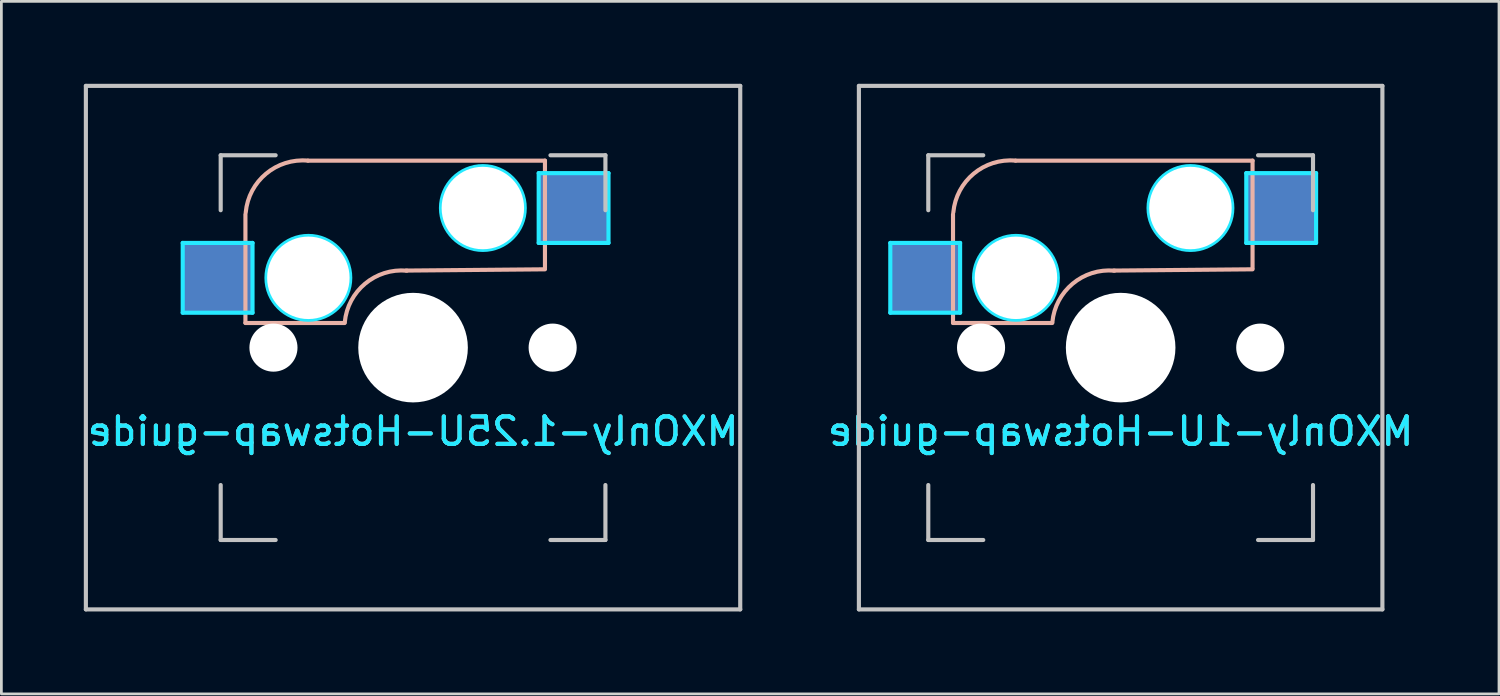
<source format=kicad_pcb>
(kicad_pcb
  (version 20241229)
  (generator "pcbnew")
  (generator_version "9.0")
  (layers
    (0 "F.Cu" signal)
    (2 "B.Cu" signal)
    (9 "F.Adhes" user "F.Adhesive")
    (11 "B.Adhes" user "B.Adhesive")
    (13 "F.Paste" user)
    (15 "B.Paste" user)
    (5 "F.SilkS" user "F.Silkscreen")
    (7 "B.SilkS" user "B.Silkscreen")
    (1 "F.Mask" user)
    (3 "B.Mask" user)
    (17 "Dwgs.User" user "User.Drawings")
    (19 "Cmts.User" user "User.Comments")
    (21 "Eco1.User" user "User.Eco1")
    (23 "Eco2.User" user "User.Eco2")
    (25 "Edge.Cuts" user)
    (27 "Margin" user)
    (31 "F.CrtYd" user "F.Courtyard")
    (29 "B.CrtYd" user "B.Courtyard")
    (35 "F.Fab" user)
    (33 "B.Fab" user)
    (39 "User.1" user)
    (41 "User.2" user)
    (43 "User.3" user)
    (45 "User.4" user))
  (footprint "MXOnly-1.25U-Hotswap-guide"
    (layer "F.Cu")
    (at 11.981 9.6)
    (property "Reference" "MXOnly-1.25U-Hotswap-guide" (at 0 3.048 0) (layer "B.CrtYd") (effects (font (size 1 1) (thickness 0.15)) (justify mirror)))
    (attr smd)
    (fp_line (start -6.1 -4.85) (end -6.1 -0.905) (stroke (width 0.15) (type solid)) (layer "B.SilkS"))
    (fp_line (start -6.1 -0.896) (end -2.49 -0.896) (stroke (width 0.15) (type solid)) (layer "B.SilkS"))
    (fp_line (start 4.8 -6.804) (end -3.825 -6.804) (stroke (width 0.15) (type solid)) (layer "B.SilkS"))
    (fp_line (start 4.8 -2.896) (end 4.8 -6.804) (stroke (width 0.15) (type solid)) (layer "B.SilkS"))
    (fp_line (start 4.8 -2.85) (end -0.25 -2.804) (stroke (width 0.15) (type solid)) (layer "B.SilkS"))
    (fp_arc (start -6.089 -4.92) (mid -5.347189 -6.33089) (end -3.825 -6.804) (stroke (width 0.15) (type solid)) (layer "B.SilkS"))
    (fp_arc (start -2.485 -0.92) (mid -1.744361 -2.328061) (end -0.225 -2.8) (stroke (width 0.15) (type solid)) (layer "B.SilkS"))
    (fp_line (start -11.906 -9.525) (end 11.906 -9.525) (stroke (width 0.15) (type solid)) (layer "Dwgs.User"))
    (fp_line (start -11.906 9.525) (end -11.906 -9.525) (stroke (width 0.15) (type solid)) (layer "Dwgs.User"))
    (fp_line (start -7 -7) (end -7 -5) (stroke (width 0.15) (type solid)) (layer "Dwgs.User"))
    (fp_line (start -7 5) (end -7 7) (stroke (width 0.15) (type solid)) (layer "Dwgs.User"))
    (fp_line (start -7 7) (end -5 7) (stroke (width 0.15) (type solid)) (layer "Dwgs.User"))
    (fp_line (start -5 -7) (end -7 -7) (stroke (width 0.15) (type solid)) (layer "Dwgs.User"))
    (fp_line (start 5 -7) (end 7 -7) (stroke (width 0.15) (type solid)) (layer "Dwgs.User"))
    (fp_line (start 5 7) (end 7 7) (stroke (width 0.15) (type solid)) (layer "Dwgs.User"))
    (fp_line (start 7 -7) (end 7 -5) (stroke (width 0.15) (type solid)) (layer "Dwgs.User"))
    (fp_line (start 7 7) (end 7 5) (stroke (width 0.15) (type solid)) (layer "Dwgs.User"))
    (fp_line (start 11.906 -9.525) (end 11.906 9.525) (stroke (width 0.15) (type solid)) (layer "Dwgs.User"))
    (fp_line (start 11.906 9.525) (end -11.906 9.525) (stroke (width 0.15) (type solid)) (layer "Dwgs.User"))
    (fp_line (start -8.382 -3.81) (end -5.842 -3.81) (stroke (width 0.15) (type solid)) (layer "B.CrtYd"))
    (fp_line (start -8.382 -1.27) (end -8.382 -3.81) (stroke (width 0.15) (type solid)) (layer "B.CrtYd"))
    (fp_line (start -5.842 -3.81) (end -5.842 -1.27) (stroke (width 0.15) (type solid)) (layer "B.CrtYd"))
    (fp_line (start -5.842 -1.27) (end -8.382 -1.27) (stroke (width 0.15) (type solid)) (layer "B.CrtYd"))
    (fp_line (start 4.572 -6.35) (end 7.112 -6.35) (stroke (width 0.15) (type solid)) (layer "B.CrtYd"))
    (fp_line (start 4.572 -3.81) (end 4.572 -6.35) (stroke (width 0.15) (type solid)) (layer "B.CrtYd"))
    (fp_line (start 7.112 -6.35) (end 7.112 -3.81) (stroke (width 0.15) (type solid)) (layer "B.CrtYd"))
    (fp_line (start 7.112 -3.81) (end 4.572 -3.81) (stroke (width 0.15) (type solid)) (layer "B.CrtYd"))
    (fp_circle (center -3.81 -2.54) (end -3.81 -4.064) (stroke (width 0.15) (type solid)) (fill no) (layer "B.CrtYd"))
    (fp_circle (center 2.54 -5.08) (end 2.54 -6.604) (stroke (width 0.15) (type solid)) (fill no) (layer "B.CrtYd"))
    (fp_text user "${REFERENCE}" (at 0 3.048 0) (layer "B.SilkS") (effects (font (size 1 1) (thickness 0.15)) (justify mirror)))
    (pad "" np_thru_hole circle (at -5.08 0 48.1) (size 1.75 1.75) (drill 1.75) (layers "*.Cu" "*.Mask"))
    (pad "" np_thru_hole circle (at -3.81 -2.54) (size 3 3) (drill 3) (layers "*.Cu" "*.Mask"))
    (pad "" np_thru_hole circle (at 0 0) (size 3.988 3.988) (drill 3.988) (layers "*.Cu" "*.Mask"))
    (pad "" np_thru_hole circle (at 2.54 -5.08) (size 3 3) (drill 3) (layers "*.Cu" "*.Mask"))
    (pad "" np_thru_hole circle (at 5.08 0 48.1) (size 1.75 1.75) (drill 1.75) (layers "*.Cu" "*.Mask"))
    (pad "1" smd rect (at -7.085 -2.54) (size 2.55 2.5) (layers "B.Cu" "B.Mask" "B.Paste"))
    (pad "2" smd rect (at 5.842 -5.08) (size 2.55 2.5) (layers "B.Cu" "B.Mask" "B.Paste")))
  (footprint "MXOnly-1U-Hotswap-guide"
    (layer "F.Cu")
    (at 37.73 9.6)
    (property "Reference" "MXOnly-1U-Hotswap-guide" (at 0 3.048 0) (layer "B.CrtYd") (effects (font (size 1 1) (thickness 0.15)) (justify mirror)))
    (attr smd)
    (fp_line (start -6.1 -4.85) (end -6.1 -0.905) (stroke (width 0.15) (type solid)) (layer "B.SilkS"))
    (fp_line (start -6.1 -0.896) (end -2.49 -0.896) (stroke (width 0.15) (type solid)) (layer "B.SilkS"))
    (fp_line (start 4.8 -6.804) (end -3.825 -6.804) (stroke (width 0.15) (type solid)) (layer "B.SilkS"))
    (fp_line (start 4.8 -2.896) (end 4.8 -6.804) (stroke (width 0.15) (type solid)) (layer "B.SilkS"))
    (fp_line (start 4.8 -2.85) (end -0.25 -2.804) (stroke (width 0.15) (type solid)) (layer "B.SilkS"))
    (fp_arc (start -6.089 -4.92) (mid -5.347189 -6.33089) (end -3.825 -6.804) (stroke (width 0.15) (type solid)) (layer "B.SilkS"))
    (fp_arc (start -2.485 -0.92) (mid -1.744361 -2.328061) (end -0.225 -2.8) (stroke (width 0.15) (type solid)) (layer "B.SilkS"))
    (fp_line (start -9.525 -9.525) (end 9.525 -9.525) (stroke (width 0.15) (type solid)) (layer "Dwgs.User"))
    (fp_line (start -9.525 9.525) (end -9.525 -9.525) (stroke (width 0.15) (type solid)) (layer "Dwgs.User"))
    (fp_line (start -7 -7) (end -7 -5) (stroke (width 0.15) (type solid)) (layer "Dwgs.User"))
    (fp_line (start -7 5) (end -7 7) (stroke (width 0.15) (type solid)) (layer "Dwgs.User"))
    (fp_line (start -7 7) (end -5 7) (stroke (width 0.15) (type solid)) (layer "Dwgs.User"))
    (fp_line (start -5 -7) (end -7 -7) (stroke (width 0.15) (type solid)) (layer "Dwgs.User"))
    (fp_line (start 5 -7) (end 7 -7) (stroke (width 0.15) (type solid)) (layer "Dwgs.User"))
    (fp_line (start 5 7) (end 7 7) (stroke (width 0.15) (type solid)) (layer "Dwgs.User"))
    (fp_line (start 7 -7) (end 7 -5) (stroke (width 0.15) (type solid)) (layer "Dwgs.User"))
    (fp_line (start 7 7) (end 7 5) (stroke (width 0.15) (type solid)) (layer "Dwgs.User"))
    (fp_line (start 9.525 -9.525) (end 9.525 9.525) (stroke (width 0.15) (type solid)) (layer "Dwgs.User"))
    (fp_line (start 9.525 9.525) (end -9.525 9.525) (stroke (width 0.15) (type solid)) (layer "Dwgs.User"))
    (fp_line (start -8.382 -3.81) (end -8.382 -1.27) (stroke (width 0.15) (type solid)) (layer "B.CrtYd"))
    (fp_line (start -8.382 -1.27) (end -5.842 -1.27) (stroke (width 0.15) (type solid)) (layer "B.CrtYd"))
    (fp_line (start -5.842 -3.81) (end -8.382 -3.81) (stroke (width 0.15) (type solid)) (layer "B.CrtYd"))
    (fp_line (start -5.842 -1.27) (end -5.842 -3.81) (stroke (width 0.15) (type solid)) (layer "B.CrtYd"))
    (fp_line (start 4.572 -6.35) (end 7.112 -6.35) (stroke (width 0.15) (type solid)) (layer "B.CrtYd"))
    (fp_line (start 4.572 -3.81) (end 4.572 -6.35) (stroke (width 0.15) (type solid)) (layer "B.CrtYd"))
    (fp_line (start 7.112 -6.35) (end 7.112 -3.81) (stroke (width 0.15) (type solid)) (layer "B.CrtYd"))
    (fp_line (start 7.112 -3.81) (end 4.572 -3.81) (stroke (width 0.15) (type solid)) (layer "B.CrtYd"))
    (fp_circle (center -3.81 -2.54) (end -3.81 -4.064) (stroke (width 0.15) (type solid)) (fill no) (layer "B.CrtYd"))
    (fp_circle (center 2.54 -5.08) (end 2.54 -6.604) (stroke (width 0.15) (type solid)) (fill no) (layer "B.CrtYd"))
    (fp_text user "${REFERENCE}" (at 0 3.048 0) (layer "B.SilkS") (effects (font (size 1 1) (thickness 0.15)) (justify mirror)))
    (pad "" np_thru_hole circle (at -5.08 0 48.1) (size 1.75 1.75) (drill 1.75) (layers "*.Cu" "*.Mask"))
    (pad "" np_thru_hole circle (at -3.81 -2.54) (size 3 3) (drill 3) (layers "*.Cu" "*.Mask"))
    (pad "" np_thru_hole circle (at 0 0) (size 3.988 3.988) (drill 3.988) (layers "*.Cu" "*.Mask"))
    (pad "" np_thru_hole circle (at 2.54 -5.08) (size 3 3) (drill 3) (layers "*.Cu" "*.Mask"))
    (pad "" np_thru_hole circle (at 5.08 0 48.1) (size 1.75 1.75) (drill 1.75) (layers "*.Cu" "*.Mask"))
    (pad "1" smd rect (at -7.085 -2.54) (size 2.55 2.5) (layers "B.Cu" "B.Mask" "B.Paste"))
    (pad "2" smd rect (at 5.842 -5.08) (size 2.55 2.5) (layers "B.Cu" "B.Mask" "B.Paste")))
  (gr_rect
    (start -3 -3)
    (end 51.498 22.2)
    (stroke (width 0.1) (type default))
    (fill no)
    (layer "Edge.Cuts")))
</source>
